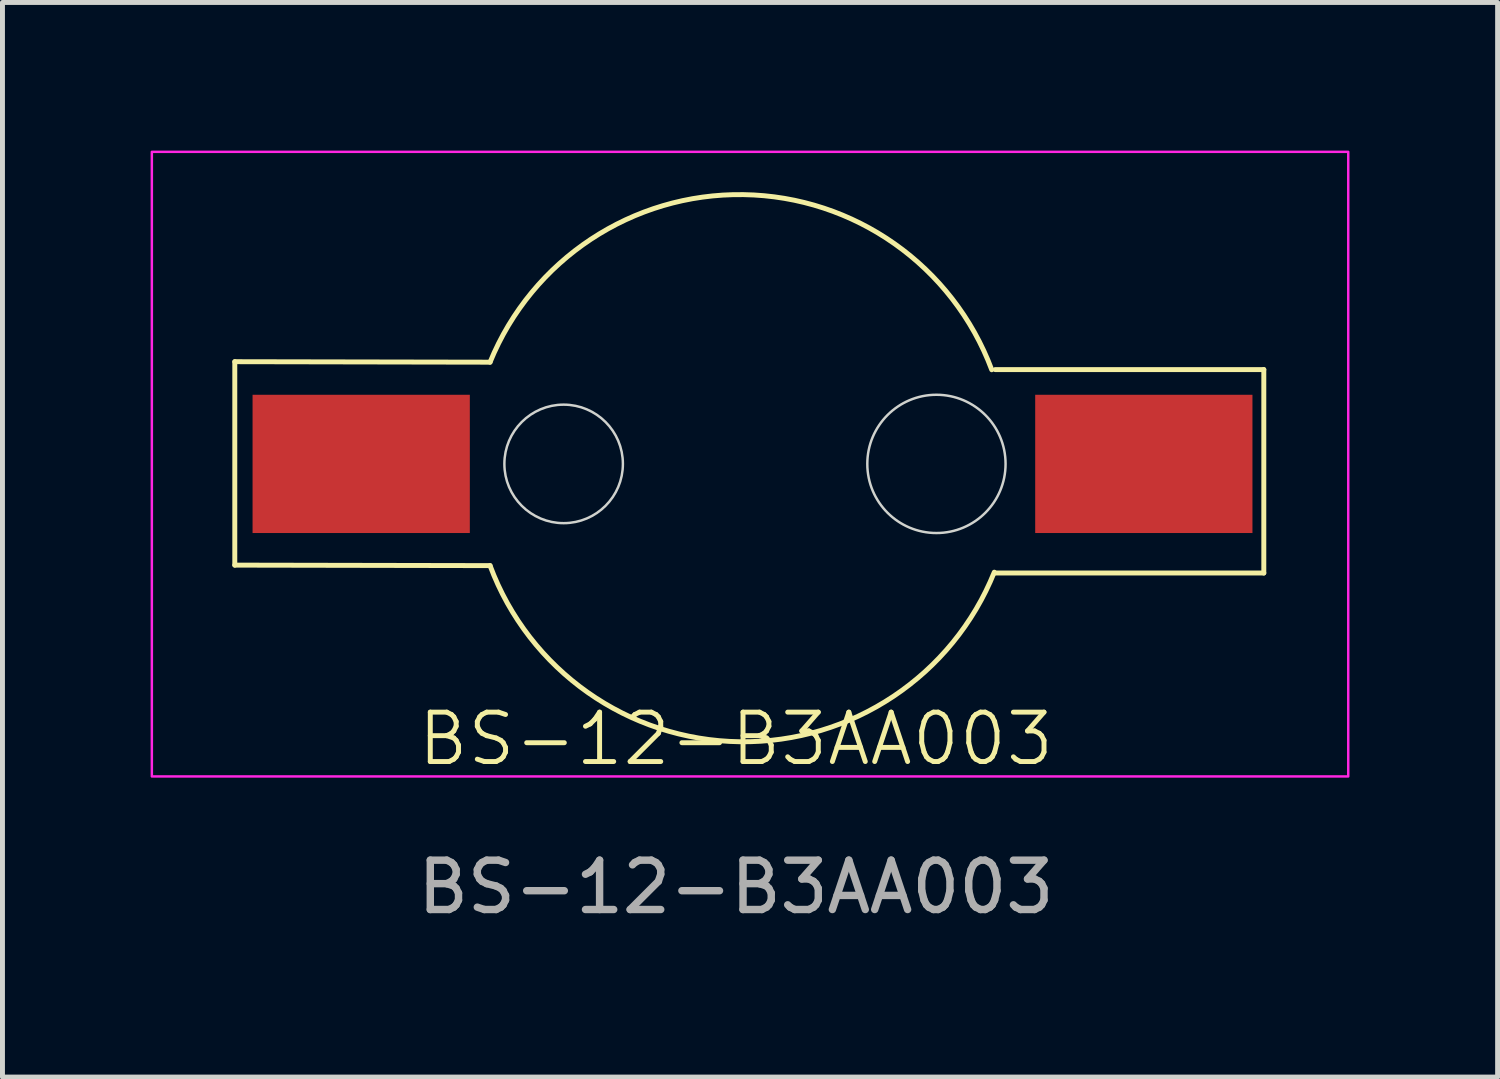
<source format=kicad_pcb>
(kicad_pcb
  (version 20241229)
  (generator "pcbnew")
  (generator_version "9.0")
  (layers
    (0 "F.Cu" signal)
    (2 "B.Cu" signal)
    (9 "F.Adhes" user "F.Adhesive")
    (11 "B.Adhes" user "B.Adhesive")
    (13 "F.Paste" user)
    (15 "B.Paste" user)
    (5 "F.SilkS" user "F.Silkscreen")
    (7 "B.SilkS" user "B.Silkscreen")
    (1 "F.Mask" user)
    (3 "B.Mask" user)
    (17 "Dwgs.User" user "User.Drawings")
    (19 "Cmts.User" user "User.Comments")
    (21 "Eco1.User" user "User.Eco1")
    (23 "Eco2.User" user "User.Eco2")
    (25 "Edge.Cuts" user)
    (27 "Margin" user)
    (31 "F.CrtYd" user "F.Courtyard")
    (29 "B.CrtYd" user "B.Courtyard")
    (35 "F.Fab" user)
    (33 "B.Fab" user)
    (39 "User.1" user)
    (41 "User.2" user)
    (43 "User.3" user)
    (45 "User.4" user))
  (footprint "BS-12-B3AA003"
    (layer "F.Cu")
    (at 2.065 6.345)
    (property "Reference" "BS-12-B3AA003" (at 9.79 5.57 0) (unlocked yes) (layer "F.SilkS") (effects (font (size 1 1) (thickness 0.1))))
    (attr smd)
    (fp_line (start -0.36 -2.07) (end -0.36 2.05) (stroke (width 0.1) (type default)) (layer "F.SilkS"))
    (fp_line (start -0.36 -2.07) (end 4.81 -2.06) (stroke (width 0.1) (type default)) (layer "F.SilkS"))
    (fp_line (start -0.36 2.05) (end 4.81 2.06) (stroke (width 0.1) (type default)) (layer "F.SilkS"))
    (fp_line (start 20.48 -1.91) (end 15.04 -1.91) (stroke (width 0.1) (type default)) (layer "F.SilkS"))
    (fp_line (start 20.48 2.21) (end 15.04 2.21) (stroke (width 0.1) (type default)) (layer "F.SilkS"))
    (fp_line (start 20.48 2.21) (end 20.48 -1.91) (stroke (width 0.1) (type default)) (layer "F.SilkS"))
    (fp_arc (start 4.81 -2.06) (mid 9.942174 -5.453379) (end 14.969774 -1.906908) (stroke (width 0.1) (type default)) (layer "F.SilkS"))
    (fp_arc (start 15.021487 2.193217) (mid 9.870077 5.627054) (end 4.81 2.06) (stroke (width 0.1) (type default)) (layer "F.SilkS"))
    (fp_circle (center 6.3 0) (end 7.5 0) (stroke (width 0.05) (type default)) (fill no) (layer "Edge.Cuts"))
    (fp_circle (center 13.85 0) (end 15.25 0) (stroke (width 0.05) (type default)) (fill no) (layer "Edge.Cuts"))
    (fp_rect (start -2.04 -6.32) (end 22.19 6.33) (stroke (width 0.05) (type default)) (fill no) (layer "F.CrtYd"))
    (fp_text user "${REFERENCE}" (at 9.79 8.57 0) (unlocked yes) (layer "F.Fab") (effects (font (size 1 1) (thickness 0.15))))
    (pad "1" smd rect (at 18.05 0 90) (size 2.8 4.4) (layers "F.Cu" "F.Mask" "F.Paste"))
    (pad "2" smd rect (at 2.2 0 90) (size 2.8 4.4) (layers "F.Cu" "F.Mask" "F.Paste")))
  (gr_rect
    (start -3 -3)
    (end 27.28 18.763)
    (stroke (width 0.1) (type default))
    (fill no)
    (layer "Edge.Cuts")))
</source>
